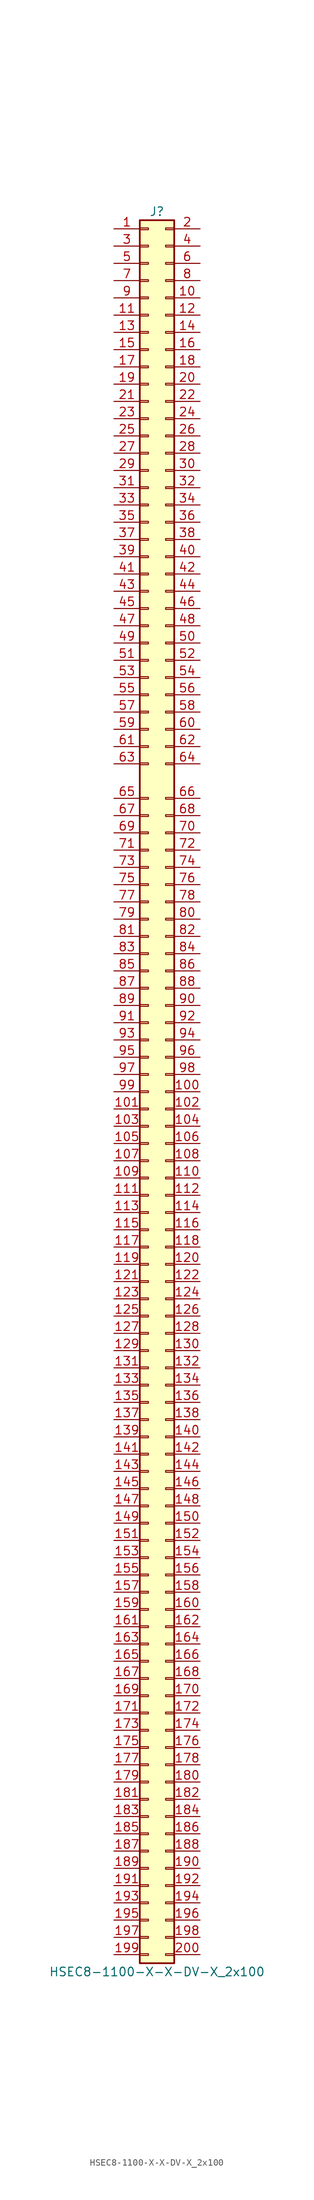
<source format=kicad_sym>
(kicad_symbol_lib
  (version 20231120)
  (generator "kicad_symbol_editor")
  (generator_version "8.0")
  (symbol "HSEC8-1100-X-X-DV-X_2x100"
    (pin_names
      (offset 1.016) hide)
    (property "Reference" "J"
      (at 1.27 129.54 0)
      (effects (font (size 1.27 1.27))))
    (property "Value" "HSEC8-1100-X-X-DV-X_2x100"
      (at 1.27 -129.54 0)
      (effects (font (size 1.27 1.27))))
    (property "ki_locked" ""
      (at 0 0 0)
      (effects (font (size 1.27 1.27))))
    (symbol "HSEC8-1100-X-X-DV-X_2x100_1_1"
      (rectangle (start -1.27 -126.873) (end 0 -127.127) (stroke (width 0.152) (type default)) (fill (type none)))
      (rectangle (start -1.27 -124.333) (end 0 -124.587) (stroke (width 0.152) (type default)) (fill (type none)))
      (rectangle (start -1.27 -121.793) (end 0 -122.047) (stroke (width 0.152) (type default)) (fill (type none)))
      (rectangle (start -1.27 -119.253) (end 0 -119.507) (stroke (width 0.152) (type default)) (fill (type none)))
      (rectangle (start -1.27 -116.713) (end 0 -116.967) (stroke (width 0.152) (type default)) (fill (type none)))
      (rectangle (start -1.27 -114.173) (end 0 -114.427) (stroke (width 0.152) (type default)) (fill (type none)))
      (rectangle (start -1.27 -111.633) (end 0 -111.887) (stroke (width 0.152) (type default)) (fill (type none)))
      (rectangle (start -1.27 -109.093) (end 0 -109.347) (stroke (width 0.152) (type default)) (fill (type none)))
      (rectangle (start -1.27 -106.553) (end 0 -106.807) (stroke (width 0.152) (type default)) (fill (type none)))
      (rectangle (start -1.27 -104.013) (end 0 -104.267) (stroke (width 0.152) (type default)) (fill (type none)))
      (rectangle (start -1.27 -101.473) (end 0 -101.727) (stroke (width 0.152) (type default)) (fill (type none)))
      (rectangle (start -1.27 -98.933) (end 0 -99.187) (stroke (width 0.152) (type default)) (fill (type none)))
      (rectangle (start -1.27 -96.393) (end 0 -96.647) (stroke (width 0.152) (type default)) (fill (type none)))
      (rectangle (start -1.27 -93.853) (end 0 -94.107) (stroke (width 0.152) (type default)) (fill (type none)))
      (rectangle (start -1.27 -91.313) (end 0 -91.567) (stroke (width 0.152) (type default)) (fill (type none)))
      (rectangle (start -1.27 -88.773) (end 0 -89.027) (stroke (width 0.152) (type default)) (fill (type none)))
      (rectangle (start -1.27 -86.233) (end 0 -86.487) (stroke (width 0.152) (type default)) (fill (type none)))
      (rectangle (start -1.27 -83.693) (end 0 -83.947) (stroke (width 0.152) (type default)) (fill (type none)))
      (rectangle (start -1.27 -81.153) (end 0 -81.407) (stroke (width 0.152) (type default)) (fill (type none)))
      (rectangle (start -1.27 -78.613) (end 0 -78.867) (stroke (width 0.152) (type default)) (fill (type none)))
      (rectangle (start -1.27 -76.073) (end 0 -76.327) (stroke (width 0.152) (type default)) (fill (type none)))
      (rectangle (start -1.27 -73.533) (end 0 -73.787) (stroke (width 0.152) (type default)) (fill (type none)))
      (rectangle (start -1.27 -70.993) (end 0 -71.247) (stroke (width 0.152) (type default)) (fill (type none)))
      (rectangle (start -1.27 -68.453) (end 0 -68.707) (stroke (width 0.152) (type default)) (fill (type none)))
      (rectangle (start -1.27 -65.913) (end 0 -66.167) (stroke (width 0.152) (type default)) (fill (type none)))
      (rectangle (start -1.27 -63.373) (end 0 -63.627) (stroke (width 0.152) (type default)) (fill (type none)))
      (rectangle (start -1.27 -60.833) (end 0 -61.087) (stroke (width 0.152) (type default)) (fill (type none)))
      (rectangle (start -1.27 -58.293) (end 0 -58.547) (stroke (width 0.152) (type default)) (fill (type none)))
      (rectangle (start -1.27 -55.753) (end 0 -56.007) (stroke (width 0.152) (type default)) (fill (type none)))
      (rectangle (start -1.27 -53.213) (end 0 -53.467) (stroke (width 0.152) (type default)) (fill (type none)))
      (rectangle (start -1.27 -50.673) (end 0 -50.927) (stroke (width 0.152) (type default)) (fill (type none)))
      (rectangle (start -1.27 -48.133) (end 0 -48.387) (stroke (width 0.152) (type default)) (fill (type none)))
      (rectangle (start -1.27 -45.593) (end 0 -45.847) (stroke (width 0.152) (type default)) (fill (type none)))
      (rectangle (start -1.27 -43.053) (end 0 -43.307) (stroke (width 0.152) (type default)) (fill (type none)))
      (rectangle (start -1.27 -40.513) (end 0 -40.767) (stroke (width 0.152) (type default)) (fill (type none)))
      (rectangle (start -1.27 -37.973) (end 0 -38.227) (stroke (width 0.152) (type default)) (fill (type none)))
      (rectangle (start -1.27 -35.433) (end 0 -35.687) (stroke (width 0.152) (type default)) (fill (type none)))
      (rectangle (start -1.27 -32.893) (end 0 -33.147) (stroke (width 0.152) (type default)) (fill (type none)))
      (rectangle (start -1.27 -30.353) (end 0 -30.607) (stroke (width 0.152) (type default)) (fill (type none)))
      (rectangle (start -1.27 -27.813) (end 0 -28.067) (stroke (width 0.152) (type default)) (fill (type none)))
      (rectangle (start -1.27 -25.273) (end 0 -25.527) (stroke (width 0.152) (type default)) (fill (type none)))
      (rectangle (start -1.27 -22.733) (end 0 -22.987) (stroke (width 0.152) (type default)) (fill (type none)))
      (rectangle (start -1.27 -20.193) (end 0 -20.447) (stroke (width 0.152) (type default)) (fill (type none)))
      (rectangle (start -1.27 -17.653) (end 0 -17.907) (stroke (width 0.152) (type default)) (fill (type none)))
      (rectangle (start -1.27 -15.113) (end 0 -15.367) (stroke (width 0.152) (type default)) (fill (type none)))
      (rectangle (start -1.27 -12.573) (end 0 -12.827) (stroke (width 0.152) (type default)) (fill (type none)))
      (rectangle (start -1.27 -10.033) (end 0 -10.287) (stroke (width 0.152) (type default)) (fill (type none)))
      (rectangle (start -1.27 -7.493) (end 0 -7.747) (stroke (width 0.152) (type default)) (fill (type none)))
      (rectangle (start -1.27 -4.953) (end 0 -5.207) (stroke (width 0.152) (type default)) (fill (type none)))
      (rectangle (start -1.27 -2.413) (end 0 -2.667) (stroke (width 0.152) (type default)) (fill (type none)))
      (rectangle (start -1.27 0.127) (end 0 -0.127) (stroke (width 0.152) (type default)) (fill (type none)))
      (rectangle (start -1.27 2.667) (end 0 2.413) (stroke (width 0.152) (type default)) (fill (type none)))
      (rectangle (start -1.27 5.207) (end 0 4.953) (stroke (width 0.152) (type default)) (fill (type none)))
      (rectangle (start -1.27 7.747) (end 0 7.493) (stroke (width 0.152) (type default)) (fill (type none)))
      (rectangle (start -1.27 10.287) (end 0 10.033) (stroke (width 0.152) (type default)) (fill (type none)))
      (rectangle (start -1.27 12.827) (end 0 12.573) (stroke (width 0.152) (type default)) (fill (type none)))
      (rectangle (start -1.27 15.367) (end 0 15.113) (stroke (width 0.152) (type default)) (fill (type none)))
      (rectangle (start -1.27 17.907) (end 0 17.653) (stroke (width 0.152) (type default)) (fill (type none)))
      (rectangle (start -1.27 20.447) (end 0 20.193) (stroke (width 0.152) (type default)) (fill (type none)))
      (rectangle (start -1.27 22.987) (end 0 22.733) (stroke (width 0.152) (type default)) (fill (type none)))
      (rectangle (start -1.27 25.527) (end 0 25.273) (stroke (width 0.152) (type default)) (fill (type none)))
      (rectangle (start -1.27 28.067) (end 0 27.813) (stroke (width 0.152) (type default)) (fill (type none)))
      (rectangle (start -1.27 30.607) (end 0 30.353) (stroke (width 0.152) (type default)) (fill (type none)))
      (rectangle (start -1.27 33.147) (end 0 32.893) (stroke (width 0.152) (type default)) (fill (type none)))
      (rectangle (start -1.27 35.687) (end 0 35.433) (stroke (width 0.152) (type default)) (fill (type none)))
      (rectangle (start -1.27 38.227) (end 0 37.973) (stroke (width 0.152) (type default)) (fill (type none)))
      (rectangle (start -1.27 40.767) (end 0 40.513) (stroke (width 0.152) (type default)) (fill (type none)))
      (rectangle (start -1.27 43.307) (end 0 43.053) (stroke (width 0.152) (type default)) (fill (type none)))
      (rectangle (start -1.27 48.387) (end 0 48.133) (stroke (width 0.152) (type default)) (fill (type none)))
      (rectangle (start -1.27 50.927) (end 0 50.673) (stroke (width 0.152) (type default)) (fill (type none)))
      (rectangle (start -1.27 53.467) (end 0 53.213) (stroke (width 0.152) (type default)) (fill (type none)))
      (rectangle (start -1.27 56.007) (end 0 55.753) (stroke (width 0.152) (type default)) (fill (type none)))
      (rectangle (start -1.27 58.547) (end 0 58.293) (stroke (width 0.152) (type default)) (fill (type none)))
      (rectangle (start -1.27 61.087) (end 0 60.833) (stroke (width 0.152) (type default)) (fill (type none)))
      (rectangle (start -1.27 63.627) (end 0 63.373) (stroke (width 0.152) (type default)) (fill (type none)))
      (rectangle (start -1.27 66.167) (end 0 65.913) (stroke (width 0.152) (type default)) (fill (type none)))
      (rectangle (start -1.27 68.707) (end 0 68.453) (stroke (width 0.152) (type default)) (fill (type none)))
      (rectangle (start -1.27 71.247) (end 0 70.993) (stroke (width 0.152) (type default)) (fill (type none)))
      (rectangle (start -1.27 73.787) (end 0 73.533) (stroke (width 0.152) (type default)) (fill (type none)))
      (rectangle (start -1.27 76.327) (end 0 76.073) (stroke (width 0.152) (type default)) (fill (type none)))
      (rectangle (start -1.27 78.867) (end 0 78.613) (stroke (width 0.152) (type default)) (fill (type none)))
      (rectangle (start -1.27 81.407) (end 0 81.153) (stroke (width 0.152) (type default)) (fill (type none)))
      (rectangle (start -1.27 83.947) (end 0 83.693) (stroke (width 0.152) (type default)) (fill (type none)))
      (rectangle (start -1.27 86.487) (end 0 86.233) (stroke (width 0.152) (type default)) (fill (type none)))
      (rectangle (start -1.27 89.027) (end 0 88.773) (stroke (width 0.152) (type default)) (fill (type none)))
      (rectangle (start -1.27 91.567) (end 0 91.313) (stroke (width 0.152) (type default)) (fill (type none)))
      (rectangle (start -1.27 94.107) (end 0 93.853) (stroke (width 0.152) (type default)) (fill (type none)))
      (rectangle (start -1.27 96.647) (end 0 96.393) (stroke (width 0.152) (type default)) (fill (type none)))
      (rectangle (start -1.27 99.187) (end 0 98.933) (stroke (width 0.152) (type default)) (fill (type none)))
      (rectangle (start -1.27 101.727) (end 0 101.473) (stroke (width 0.152) (type default)) (fill (type none)))
      (rectangle (start -1.27 104.267) (end 0 104.013) (stroke (width 0.152) (type default)) (fill (type none)))
      (rectangle (start -1.27 106.807) (end 0 106.553) (stroke (width 0.152) (type default)) (fill (type none)))
      (rectangle (start -1.27 109.347) (end 0 109.093) (stroke (width 0.152) (type default)) (fill (type none)))
      (rectangle (start -1.27 111.887) (end 0 111.633) (stroke (width 0.152) (type default)) (fill (type none)))
      (rectangle (start -1.27 114.427) (end 0 114.173) (stroke (width 0.152) (type default)) (fill (type none)))
      (rectangle (start -1.27 116.967) (end 0 116.713) (stroke (width 0.152) (type default)) (fill (type none)))
      (rectangle (start -1.27 119.507) (end 0 119.253) (stroke (width 0.152) (type default)) (fill (type none)))
      (rectangle (start -1.27 122.047) (end 0 121.793) (stroke (width 0.152) (type default)) (fill (type none)))
      (rectangle (start -1.27 124.587) (end 0 124.333) (stroke (width 0.152) (type default)) (fill (type none)))
      (rectangle (start -1.27 127.127) (end 0 126.873) (stroke (width 0.152) (type default)) (fill (type none)))
      (rectangle (start -1.27 128.27) (end 3.81 -128.27) (stroke (width 0.254) (type default)) (fill (type background)))
      (rectangle (start 3.81 -126.873) (end 2.54 -127.127) (stroke (width 0.152) (type default)) (fill (type none)))
      (rectangle (start 3.81 -124.333) (end 2.54 -124.587) (stroke (width 0.152) (type default)) (fill (type none)))
      (rectangle (start 3.81 -121.793) (end 2.54 -122.047) (stroke (width 0.152) (type default)) (fill (type none)))
      (rectangle (start 3.81 -119.253) (end 2.54 -119.507) (stroke (width 0.152) (type default)) (fill (type none)))
      (rectangle (start 3.81 -116.713) (end 2.54 -116.967) (stroke (width 0.152) (type default)) (fill (type none)))
      (rectangle (start 3.81 -114.173) (end 2.54 -114.427) (stroke (width 0.152) (type default)) (fill (type none)))
      (rectangle (start 3.81 -111.633) (end 2.54 -111.887) (stroke (width 0.152) (type default)) (fill (type none)))
      (rectangle (start 3.81 -109.093) (end 2.54 -109.347) (stroke (width 0.152) (type default)) (fill (type none)))
      (rectangle (start 3.81 -106.553) (end 2.54 -106.807) (stroke (width 0.152) (type default)) (fill (type none)))
      (rectangle (start 3.81 -104.013) (end 2.54 -104.267) (stroke (width 0.152) (type default)) (fill (type none)))
      (rectangle (start 3.81 -101.473) (end 2.54 -101.727) (stroke (width 0.152) (type default)) (fill (type none)))
      (rectangle (start 3.81 -98.933) (end 2.54 -99.187) (stroke (width 0.152) (type default)) (fill (type none)))
      (rectangle (start 3.81 -96.393) (end 2.54 -96.647) (stroke (width 0.152) (type default)) (fill (type none)))
      (rectangle (start 3.81 -93.853) (end 2.54 -94.107) (stroke (width 0.152) (type default)) (fill (type none)))
      (rectangle (start 3.81 -91.313) (end 2.54 -91.567) (stroke (width 0.152) (type default)) (fill (type none)))
      (rectangle (start 3.81 -88.773) (end 2.54 -89.027) (stroke (width 0.152) (type default)) (fill (type none)))
      (rectangle (start 3.81 -86.233) (end 2.54 -86.487) (stroke (width 0.152) (type default)) (fill (type none)))
      (rectangle (start 3.81 -83.693) (end 2.54 -83.947) (stroke (width 0.152) (type default)) (fill (type none)))
      (rectangle (start 3.81 -81.153) (end 2.54 -81.407) (stroke (width 0.152) (type default)) (fill (type none)))
      (rectangle (start 3.81 -78.613) (end 2.54 -78.867) (stroke (width 0.152) (type default)) (fill (type none)))
      (rectangle (start 3.81 -76.073) (end 2.54 -76.327) (stroke (width 0.152) (type default)) (fill (type none)))
      (rectangle (start 3.81 -73.533) (end 2.54 -73.787) (stroke (width 0.152) (type default)) (fill (type none)))
      (rectangle (start 3.81 -70.993) (end 2.54 -71.247) (stroke (width 0.152) (type default)) (fill (type none)))
      (rectangle (start 3.81 -68.453) (end 2.54 -68.707) (stroke (width 0.152) (type default)) (fill (type none)))
      (rectangle (start 3.81 -65.913) (end 2.54 -66.167) (stroke (width 0.152) (type default)) (fill (type none)))
      (rectangle (start 3.81 -63.373) (end 2.54 -63.627) (stroke (width 0.152) (type default)) (fill (type none)))
      (rectangle (start 3.81 -60.833) (end 2.54 -61.087) (stroke (width 0.152) (type default)) (fill (type none)))
      (rectangle (start 3.81 -58.293) (end 2.54 -58.547) (stroke (width 0.152) (type default)) (fill (type none)))
      (rectangle (start 3.81 -55.753) (end 2.54 -56.007) (stroke (width 0.152) (type default)) (fill (type none)))
      (rectangle (start 3.81 -53.213) (end 2.54 -53.467) (stroke (width 0.152) (type default)) (fill (type none)))
      (rectangle (start 3.81 -50.673) (end 2.54 -50.927) (stroke (width 0.152) (type default)) (fill (type none)))
      (rectangle (start 3.81 -48.133) (end 2.54 -48.387) (stroke (width 0.152) (type default)) (fill (type none)))
      (rectangle (start 3.81 -45.593) (end 2.54 -45.847) (stroke (width 0.152) (type default)) (fill (type none)))
      (rectangle (start 3.81 -43.053) (end 2.54 -43.307) (stroke (width 0.152) (type default)) (fill (type none)))
      (rectangle (start 3.81 -40.513) (end 2.54 -40.767) (stroke (width 0.152) (type default)) (fill (type none)))
      (rectangle (start 3.81 -37.973) (end 2.54 -38.227) (stroke (width 0.152) (type default)) (fill (type none)))
      (rectangle (start 3.81 -35.433) (end 2.54 -35.687) (stroke (width 0.152) (type default)) (fill (type none)))
      (rectangle (start 3.81 -32.893) (end 2.54 -33.147) (stroke (width 0.152) (type default)) (fill (type none)))
      (rectangle (start 3.81 -30.353) (end 2.54 -30.607) (stroke (width 0.152) (type default)) (fill (type none)))
      (rectangle (start 3.81 -27.813) (end 2.54 -28.067) (stroke (width 0.152) (type default)) (fill (type none)))
      (rectangle (start 3.81 -25.273) (end 2.54 -25.527) (stroke (width 0.152) (type default)) (fill (type none)))
      (rectangle (start 3.81 -22.733) (end 2.54 -22.987) (stroke (width 0.152) (type default)) (fill (type none)))
      (rectangle (start 3.81 -20.193) (end 2.54 -20.447) (stroke (width 0.152) (type default)) (fill (type none)))
      (rectangle (start 3.81 -17.653) (end 2.54 -17.907) (stroke (width 0.152) (type default)) (fill (type none)))
      (rectangle (start 3.81 -15.113) (end 2.54 -15.367) (stroke (width 0.152) (type default)) (fill (type none)))
      (rectangle (start 3.81 -12.573) (end 2.54 -12.827) (stroke (width 0.152) (type default)) (fill (type none)))
      (rectangle (start 3.81 -10.033) (end 2.54 -10.287) (stroke (width 0.152) (type default)) (fill (type none)))
      (rectangle (start 3.81 -7.493) (end 2.54 -7.747) (stroke (width 0.152) (type default)) (fill (type none)))
      (rectangle (start 3.81 -4.953) (end 2.54 -5.207) (stroke (width 0.152) (type default)) (fill (type none)))
      (rectangle (start 3.81 -2.413) (end 2.54 -2.667) (stroke (width 0.152) (type default)) (fill (type none)))
      (rectangle (start 3.81 0.127) (end 2.54 -0.127) (stroke (width 0.152) (type default)) (fill (type none)))
      (rectangle (start 3.81 2.667) (end 2.54 2.413) (stroke (width 0.152) (type default)) (fill (type none)))
      (rectangle (start 3.81 5.207) (end 2.54 4.953) (stroke (width 0.152) (type default)) (fill (type none)))
      (rectangle (start 3.81 7.747) (end 2.54 7.493) (stroke (width 0.152) (type default)) (fill (type none)))
      (rectangle (start 3.81 10.287) (end 2.54 10.033) (stroke (width 0.152) (type default)) (fill (type none)))
      (rectangle (start 3.81 12.827) (end 2.54 12.573) (stroke (width 0.152) (type default)) (fill (type none)))
      (rectangle (start 3.81 15.367) (end 2.54 15.113) (stroke (width 0.152) (type default)) (fill (type none)))
      (rectangle (start 3.81 17.907) (end 2.54 17.653) (stroke (width 0.152) (type default)) (fill (type none)))
      (rectangle (start 3.81 20.447) (end 2.54 20.193) (stroke (width 0.152) (type default)) (fill (type none)))
      (rectangle (start 3.81 22.987) (end 2.54 22.733) (stroke (width 0.152) (type default)) (fill (type none)))
      (rectangle (start 3.81 25.527) (end 2.54 25.273) (stroke (width 0.152) (type default)) (fill (type none)))
      (rectangle (start 3.81 28.067) (end 2.54 27.813) (stroke (width 0.152) (type default)) (fill (type none)))
      (rectangle (start 3.81 30.607) (end 2.54 30.353) (stroke (width 0.152) (type default)) (fill (type none)))
      (rectangle (start 3.81 33.147) (end 2.54 32.893) (stroke (width 0.152) (type default)) (fill (type none)))
      (rectangle (start 3.81 35.687) (end 2.54 35.433) (stroke (width 0.152) (type default)) (fill (type none)))
      (rectangle (start 3.81 38.227) (end 2.54 37.973) (stroke (width 0.152) (type default)) (fill (type none)))
      (rectangle (start 3.81 40.767) (end 2.54 40.513) (stroke (width 0.152) (type default)) (fill (type none)))
      (rectangle (start 3.81 43.307) (end 2.54 43.053) (stroke (width 0.152) (type default)) (fill (type none)))
      (rectangle (start 3.81 48.387) (end 2.54 48.133) (stroke (width 0.152) (type default)) (fill (type none)))
      (rectangle (start 3.81 50.927) (end 2.54 50.673) (stroke (width 0.152) (type default)) (fill (type none)))
      (rectangle (start 3.81 53.467) (end 2.54 53.213) (stroke (width 0.152) (type default)) (fill (type none)))
      (rectangle (start 3.81 56.007) (end 2.54 55.753) (stroke (width 0.152) (type default)) (fill (type none)))
      (rectangle (start 3.81 58.547) (end 2.54 58.293) (stroke (width 0.152) (type default)) (fill (type none)))
      (rectangle (start 3.81 61.087) (end 2.54 60.833) (stroke (width 0.152) (type default)) (fill (type none)))
      (rectangle (start 3.81 63.627) (end 2.54 63.373) (stroke (width 0.152) (type default)) (fill (type none)))
      (rectangle (start 3.81 66.167) (end 2.54 65.913) (stroke (width 0.152) (type default)) (fill (type none)))
      (rectangle (start 3.81 68.707) (end 2.54 68.453) (stroke (width 0.152) (type default)) (fill (type none)))
      (rectangle (start 3.81 71.247) (end 2.54 70.993) (stroke (width 0.152) (type default)) (fill (type none)))
      (rectangle (start 3.81 73.787) (end 2.54 73.533) (stroke (width 0.152) (type default)) (fill (type none)))
      (rectangle (start 3.81 76.327) (end 2.54 76.073) (stroke (width 0.152) (type default)) (fill (type none)))
      (rectangle (start 3.81 78.867) (end 2.54 78.613) (stroke (width 0.152) (type default)) (fill (type none)))
      (rectangle (start 3.81 81.407) (end 2.54 81.153) (stroke (width 0.152) (type default)) (fill (type none)))
      (rectangle (start 3.81 83.947) (end 2.54 83.693) (stroke (width 0.152) (type default)) (fill (type none)))
      (rectangle (start 3.81 86.487) (end 2.54 86.233) (stroke (width 0.152) (type default)) (fill (type none)))
      (rectangle (start 3.81 89.027) (end 2.54 88.773) (stroke (width 0.152) (type default)) (fill (type none)))
      (rectangle (start 3.81 91.567) (end 2.54 91.313) (stroke (width 0.152) (type default)) (fill (type none)))
      (rectangle (start 3.81 94.107) (end 2.54 93.853) (stroke (width 0.152) (type default)) (fill (type none)))
      (rectangle (start 3.81 96.647) (end 2.54 96.393) (stroke (width 0.152) (type default)) (fill (type none)))
      (rectangle (start 3.81 99.187) (end 2.54 98.933) (stroke (width 0.152) (type default)) (fill (type none)))
      (rectangle (start 3.81 101.727) (end 2.54 101.473) (stroke (width 0.152) (type default)) (fill (type none)))
      (rectangle (start 3.81 104.267) (end 2.54 104.013) (stroke (width 0.152) (type default)) (fill (type none)))
      (rectangle (start 3.81 106.807) (end 2.54 106.553) (stroke (width 0.152) (type default)) (fill (type none)))
      (rectangle (start 3.81 109.347) (end 2.54 109.093) (stroke (width 0.152) (type default)) (fill (type none)))
      (rectangle (start 3.81 111.887) (end 2.54 111.633) (stroke (width 0.152) (type default)) (fill (type none)))
      (rectangle (start 3.81 114.427) (end 2.54 114.173) (stroke (width 0.152) (type default)) (fill (type none)))
      (rectangle (start 3.81 116.967) (end 2.54 116.713) (stroke (width 0.152) (type default)) (fill (type none)))
      (rectangle (start 3.81 119.507) (end 2.54 119.253) (stroke (width 0.152) (type default)) (fill (type none)))
      (rectangle (start 3.81 122.047) (end 2.54 121.793) (stroke (width 0.152) (type default)) (fill (type none)))
      (rectangle (start 3.81 124.587) (end 2.54 124.333) (stroke (width 0.152) (type default)) (fill (type none)))
      (rectangle (start 3.81 127.127) (end 2.54 126.873) (stroke (width 0.152) (type default)) (fill (type none)))
      (pin passive line (at -5.08 127 0) (length 3.81) (name "Pin_1" (effects (font (size 1.27 1.27)))) (number "1" (effects (font (size 1.27 1.27)))))
      (pin passive line (at 7.62 116.84 180) (length 3.81) (name "Pin_10" (effects (font (size 1.27 1.27)))) (number "10" (effects (font (size 1.27 1.27)))))
      (pin passive line (at 7.62 0 180) (length 3.81) (name "Pin_100" (effects (font (size 1.27 1.27)))) (number "100" (effects (font (size 1.27 1.27)))))
      (pin passive line (at -5.08 -2.54 0) (length 3.81) (name "Pin_101" (effects (font (size 1.27 1.27)))) (number "101" (effects (font (size 1.27 1.27)))))
      (pin passive line (at 7.62 -2.54 180) (length 3.81) (name "Pin_102" (effects (font (size 1.27 1.27)))) (number "102" (effects (font (size 1.27 1.27)))))
      (pin passive line (at -5.08 -5.08 0) (length 3.81) (name "Pin_103" (effects (font (size 1.27 1.27)))) (number "103" (effects (font (size 1.27 1.27)))))
      (pin passive line (at 7.62 -5.08 180) (length 3.81) (name "Pin_104" (effects (font (size 1.27 1.27)))) (number "104" (effects (font (size 1.27 1.27)))))
      (pin passive line (at -5.08 -7.62 0) (length 3.81) (name "Pin_105" (effects (font (size 1.27 1.27)))) (number "105" (effects (font (size 1.27 1.27)))))
      (pin passive line (at 7.62 -7.62 180) (length 3.81) (name "Pin_106" (effects (font (size 1.27 1.27)))) (number "106" (effects (font (size 1.27 1.27)))))
      (pin passive line (at -5.08 -10.16 0) (length 3.81) (name "Pin_107" (effects (font (size 1.27 1.27)))) (number "107" (effects (font (size 1.27 1.27)))))
      (pin passive line (at 7.62 -10.16 180) (length 3.81) (name "Pin_108" (effects (font (size 1.27 1.27)))) (number "108" (effects (font (size 1.27 1.27)))))
      (pin passive line (at -5.08 -12.7 0) (length 3.81) (name "Pin_109" (effects (font (size 1.27 1.27)))) (number "109" (effects (font (size 1.27 1.27)))))
      (pin passive line (at -5.08 114.3 0) (length 3.81) (name "Pin_11" (effects (font (size 1.27 1.27)))) (number "11" (effects (font (size 1.27 1.27)))))
      (pin passive line (at 7.62 -12.7 180) (length 3.81) (name "Pin_110" (effects (font (size 1.27 1.27)))) (number "110" (effects (font (size 1.27 1.27)))))
      (pin passive line (at -5.08 -15.24 0) (length 3.81) (name "Pin_111" (effects (font (size 1.27 1.27)))) (number "111" (effects (font (size 1.27 1.27)))))
      (pin passive line (at 7.62 -15.24 180) (length 3.81) (name "Pin_112" (effects (font (size 1.27 1.27)))) (number "112" (effects (font (size 1.27 1.27)))))
      (pin passive line (at -5.08 -17.78 0) (length 3.81) (name "Pin_113" (effects (font (size 1.27 1.27)))) (number "113" (effects (font (size 1.27 1.27)))))
      (pin passive line (at 7.62 -17.78 180) (length 3.81) (name "Pin_114" (effects (font (size 1.27 1.27)))) (number "114" (effects (font (size 1.27 1.27)))))
      (pin passive line (at -5.08 -20.32 0) (length 3.81) (name "Pin_115" (effects (font (size 1.27 1.27)))) (number "115" (effects (font (size 1.27 1.27)))))
      (pin passive line (at 7.62 -20.32 180) (length 3.81) (name "Pin_116" (effects (font (size 1.27 1.27)))) (number "116" (effects (font (size 1.27 1.27)))))
      (pin passive line (at -5.08 -22.86 0) (length 3.81) (name "Pin_117" (effects (font (size 1.27 1.27)))) (number "117" (effects (font (size 1.27 1.27)))))
      (pin passive line (at 7.62 -22.86 180) (length 3.81) (name "Pin_118" (effects (font (size 1.27 1.27)))) (number "118" (effects (font (size 1.27 1.27)))))
      (pin passive line (at -5.08 -25.4 0) (length 3.81) (name "Pin_119" (effects (font (size 1.27 1.27)))) (number "119" (effects (font (size 1.27 1.27)))))
      (pin passive line (at 7.62 114.3 180) (length 3.81) (name "Pin_12" (effects (font (size 1.27 1.27)))) (number "12" (effects (font (size 1.27 1.27)))))
      (pin passive line (at 7.62 -25.4 180) (length 3.81) (name "Pin_120" (effects (font (size 1.27 1.27)))) (number "120" (effects (font (size 1.27 1.27)))))
      (pin passive line (at -5.08 -27.94 0) (length 3.81) (name "Pin_121" (effects (font (size 1.27 1.27)))) (number "121" (effects (font (size 1.27 1.27)))))
      (pin passive line (at 7.62 -27.94 180) (length 3.81) (name "Pin_122" (effects (font (size 1.27 1.27)))) (number "122" (effects (font (size 1.27 1.27)))))
      (pin passive line (at -5.08 -30.48 0) (length 3.81) (name "Pin_123" (effects (font (size 1.27 1.27)))) (number "123" (effects (font (size 1.27 1.27)))))
      (pin passive line (at 7.62 -30.48 180) (length 3.81) (name "Pin_124" (effects (font (size 1.27 1.27)))) (number "124" (effects (font (size 1.27 1.27)))))
      (pin passive line (at -5.08 -33.02 0) (length 3.81) (name "Pin_125" (effects (font (size 1.27 1.27)))) (number "125" (effects (font (size 1.27 1.27)))))
      (pin passive line (at 7.62 -33.02 180) (length 3.81) (name "Pin_126" (effects (font (size 1.27 1.27)))) (number "126" (effects (font (size 1.27 1.27)))))
      (pin passive line (at -5.08 -35.56 0) (length 3.81) (name "Pin_127" (effects (font (size 1.27 1.27)))) (number "127" (effects (font (size 1.27 1.27)))))
      (pin passive line (at 7.62 -35.56 180) (length 3.81) (name "Pin_128" (effects (font (size 1.27 1.27)))) (number "128" (effects (font (size 1.27 1.27)))))
      (pin passive line (at -5.08 -38.1 0) (length 3.81) (name "Pin_129" (effects (font (size 1.27 1.27)))) (number "129" (effects (font (size 1.27 1.27)))))
      (pin passive line (at -5.08 111.76 0) (length 3.81) (name "Pin_13" (effects (font (size 1.27 1.27)))) (number "13" (effects (font (size 1.27 1.27)))))
      (pin passive line (at 7.62 -38.1 180) (length 3.81) (name "Pin_130" (effects (font (size 1.27 1.27)))) (number "130" (effects (font (size 1.27 1.27)))))
      (pin passive line (at -5.08 -40.64 0) (length 3.81) (name "Pin_131" (effects (font (size 1.27 1.27)))) (number "131" (effects (font (size 1.27 1.27)))))
      (pin passive line (at 7.62 -40.64 180) (length 3.81) (name "Pin_132" (effects (font (size 1.27 1.27)))) (number "132" (effects (font (size 1.27 1.27)))))
      (pin passive line (at -5.08 -43.18 0) (length 3.81) (name "Pin_133" (effects (font (size 1.27 1.27)))) (number "133" (effects (font (size 1.27 1.27)))))
      (pin passive line (at 7.62 -43.18 180) (length 3.81) (name "Pin_134" (effects (font (size 1.27 1.27)))) (number "134" (effects (font (size 1.27 1.27)))))
      (pin passive line (at -5.08 -45.72 0) (length 3.81) (name "Pin_135" (effects (font (size 1.27 1.27)))) (number "135" (effects (font (size 1.27 1.27)))))
      (pin passive line (at 7.62 -45.72 180) (length 3.81) (name "Pin_136" (effects (font (size 1.27 1.27)))) (number "136" (effects (font (size 1.27 1.27)))))
      (pin passive line (at -5.08 -48.26 0) (length 3.81) (name "Pin_137" (effects (font (size 1.27 1.27)))) (number "137" (effects (font (size 1.27 1.27)))))
      (pin passive line (at 7.62 -48.26 180) (length 3.81) (name "Pin_138" (effects (font (size 1.27 1.27)))) (number "138" (effects (font (size 1.27 1.27)))))
      (pin passive line (at -5.08 -50.8 0) (length 3.81) (name "Pin_139" (effects (font (size 1.27 1.27)))) (number "139" (effects (font (size 1.27 1.27)))))
      (pin passive line (at 7.62 111.76 180) (length 3.81) (name "Pin_14" (effects (font (size 1.27 1.27)))) (number "14" (effects (font (size 1.27 1.27)))))
      (pin passive line (at 7.62 -50.8 180) (length 3.81) (name "Pin_140" (effects (font (size 1.27 1.27)))) (number "140" (effects (font (size 1.27 1.27)))))
      (pin passive line (at -5.08 -53.34 0) (length 3.81) (name "Pin_141" (effects (font (size 1.27 1.27)))) (number "141" (effects (font (size 1.27 1.27)))))
      (pin passive line (at 7.62 -53.34 180) (length 3.81) (name "Pin_142" (effects (font (size 1.27 1.27)))) (number "142" (effects (font (size 1.27 1.27)))))
      (pin passive line (at -5.08 -55.88 0) (length 3.81) (name "Pin_143" (effects (font (size 1.27 1.27)))) (number "143" (effects (font (size 1.27 1.27)))))
      (pin passive line (at 7.62 -55.88 180) (length 3.81) (name "Pin_144" (effects (font (size 1.27 1.27)))) (number "144" (effects (font (size 1.27 1.27)))))
      (pin passive line (at -5.08 -58.42 0) (length 3.81) (name "Pin_145" (effects (font (size 1.27 1.27)))) (number "145" (effects (font (size 1.27 1.27)))))
      (pin passive line (at 7.62 -58.42 180) (length 3.81) (name "Pin_146" (effects (font (size 1.27 1.27)))) (number "146" (effects (font (size 1.27 1.27)))))
      (pin passive line (at -5.08 -60.96 0) (length 3.81) (name "Pin_147" (effects (font (size 1.27 1.27)))) (number "147" (effects (font (size 1.27 1.27)))))
      (pin passive line (at 7.62 -60.96 180) (length 3.81) (name "Pin_148" (effects (font (size 1.27 1.27)))) (number "148" (effects (font (size 1.27 1.27)))))
      (pin passive line (at -5.08 -63.5 0) (length 3.81) (name "Pin_149" (effects (font (size 1.27 1.27)))) (number "149" (effects (font (size 1.27 1.27)))))
      (pin passive line (at -5.08 109.22 0) (length 3.81) (name "Pin_15" (effects (font (size 1.27 1.27)))) (number "15" (effects (font (size 1.27 1.27)))))
      (pin passive line (at 7.62 -63.5 180) (length 3.81) (name "Pin_150" (effects (font (size 1.27 1.27)))) (number "150" (effects (font (size 1.27 1.27)))))
      (pin passive line (at -5.08 -66.04 0) (length 3.81) (name "Pin_151" (effects (font (size 1.27 1.27)))) (number "151" (effects (font (size 1.27 1.27)))))
      (pin passive line (at 7.62 -66.04 180) (length 3.81) (name "Pin_152" (effects (font (size 1.27 1.27)))) (number "152" (effects (font (size 1.27 1.27)))))
      (pin passive line (at -5.08 -68.58 0) (length 3.81) (name "Pin_153" (effects (font (size 1.27 1.27)))) (number "153" (effects (font (size 1.27 1.27)))))
      (pin passive line (at 7.62 -68.58 180) (length 3.81) (name "Pin_154" (effects (font (size 1.27 1.27)))) (number "154" (effects (font (size 1.27 1.27)))))
      (pin passive line (at -5.08 -71.12 0) (length 3.81) (name "Pin_155" (effects (font (size 1.27 1.27)))) (number "155" (effects (font (size 1.27 1.27)))))
      (pin passive line (at 7.62 -71.12 180) (length 3.81) (name "Pin_156" (effects (font (size 1.27 1.27)))) (number "156" (effects (font (size 1.27 1.27)))))
      (pin passive line (at -5.08 -73.66 0) (length 3.81) (name "Pin_157" (effects (font (size 1.27 1.27)))) (number "157" (effects (font (size 1.27 1.27)))))
      (pin passive line (at 7.62 -73.66 180) (length 3.81) (name "Pin_158" (effects (font (size 1.27 1.27)))) (number "158" (effects (font (size 1.27 1.27)))))
      (pin passive line (at -5.08 -76.2 0) (length 3.81) (name "Pin_159" (effects (font (size 1.27 1.27)))) (number "159" (effects (font (size 1.27 1.27)))))
      (pin passive line (at 7.62 109.22 180) (length 3.81) (name "Pin_16" (effects (font (size 1.27 1.27)))) (number "16" (effects (font (size 1.27 1.27)))))
      (pin passive line (at 7.62 -76.2 180) (length 3.81) (name "Pin_160" (effects (font (size 1.27 1.27)))) (number "160" (effects (font (size 1.27 1.27)))))
      (pin passive line (at -5.08 -78.74 0) (length 3.81) (name "Pin_161" (effects (font (size 1.27 1.27)))) (number "161" (effects (font (size 1.27 1.27)))))
      (pin passive line (at 7.62 -78.74 180) (length 3.81) (name "Pin_162" (effects (font (size 1.27 1.27)))) (number "162" (effects (font (size 1.27 1.27)))))
      (pin passive line (at -5.08 -81.28 0) (length 3.81) (name "Pin_163" (effects (font (size 1.27 1.27)))) (number "163" (effects (font (size 1.27 1.27)))))
      (pin passive line (at 7.62 -81.28 180) (length 3.81) (name "Pin_164" (effects (font (size 1.27 1.27)))) (number "164" (effects (font (size 1.27 1.27)))))
      (pin passive line (at -5.08 -83.82 0) (length 3.81) (name "Pin_165" (effects (font (size 1.27 1.27)))) (number "165" (effects (font (size 1.27 1.27)))))
      (pin passive line (at 7.62 -83.82 180) (length 3.81) (name "Pin_166" (effects (font (size 1.27 1.27)))) (number "166" (effects (font (size 1.27 1.27)))))
      (pin passive line (at -5.08 -86.36 0) (length 3.81) (name "Pin_167" (effects (font (size 1.27 1.27)))) (number "167" (effects (font (size 1.27 1.27)))))
      (pin passive line (at 7.62 -86.36 180) (length 3.81) (name "Pin_168" (effects (font (size 1.27 1.27)))) (number "168" (effects (font (size 1.27 1.27)))))
      (pin passive line (at -5.08 -88.9 0) (length 3.81) (name "Pin_169" (effects (font (size 1.27 1.27)))) (number "169" (effects (font (size 1.27 1.27)))))
      (pin passive line (at -5.08 106.68 0) (length 3.81) (name "Pin_17" (effects (font (size 1.27 1.27)))) (number "17" (effects (font (size 1.27 1.27)))))
      (pin passive line (at 7.62 -88.9 180) (length 3.81) (name "Pin_170" (effects (font (size 1.27 1.27)))) (number "170" (effects (font (size 1.27 1.27)))))
      (pin passive line (at -5.08 -91.44 0) (length 3.81) (name "Pin_171" (effects (font (size 1.27 1.27)))) (number "171" (effects (font (size 1.27 1.27)))))
      (pin passive line (at 7.62 -91.44 180) (length 3.81) (name "Pin_172" (effects (font (size 1.27 1.27)))) (number "172" (effects (font (size 1.27 1.27)))))
      (pin passive line (at -5.08 -93.98 0) (length 3.81) (name "Pin_173" (effects (font (size 1.27 1.27)))) (number "173" (effects (font (size 1.27 1.27)))))
      (pin passive line (at 7.62 -93.98 180) (length 3.81) (name "Pin_174" (effects (font (size 1.27 1.27)))) (number "174" (effects (font (size 1.27 1.27)))))
      (pin passive line (at -5.08 -96.52 0) (length 3.81) (name "Pin_175" (effects (font (size 1.27 1.27)))) (number "175" (effects (font (size 1.27 1.27)))))
      (pin passive line (at 7.62 -96.52 180) (length 3.81) (name "Pin_176" (effects (font (size 1.27 1.27)))) (number "176" (effects (font (size 1.27 1.27)))))
      (pin passive line (at -5.08 -99.06 0) (length 3.81) (name "Pin_177" (effects (font (size 1.27 1.27)))) (number "177" (effects (font (size 1.27 1.27)))))
      (pin passive line (at 7.62 -99.06 180) (length 3.81) (name "Pin_178" (effects (font (size 1.27 1.27)))) (number "178" (effects (font (size 1.27 1.27)))))
      (pin passive line (at -5.08 -101.6 0) (length 3.81) (name "Pin_179" (effects (font (size 1.27 1.27)))) (number "179" (effects (font (size 1.27 1.27)))))
      (pin passive line (at 7.62 106.68 180) (length 3.81) (name "Pin_18" (effects (font (size 1.27 1.27)))) (number "18" (effects (font (size 1.27 1.27)))))
      (pin passive line (at 7.62 -101.6 180) (length 3.81) (name "Pin_180" (effects (font (size 1.27 1.27)))) (number "180" (effects (font (size 1.27 1.27)))))
      (pin passive line (at -5.08 -104.14 0) (length 3.81) (name "Pin_181" (effects (font (size 1.27 1.27)))) (number "181" (effects (font (size 1.27 1.27)))))
      (pin passive line (at 7.62 -104.14 180) (length 3.81) (name "Pin_182" (effects (font (size 1.27 1.27)))) (number "182" (effects (font (size 1.27 1.27)))))
      (pin passive line (at -5.08 -106.68 0) (length 3.81) (name "Pin_183" (effects (font (size 1.27 1.27)))) (number "183" (effects (font (size 1.27 1.27)))))
      (pin passive line (at 7.62 -106.68 180) (length 3.81) (name "Pin_184" (effects (font (size 1.27 1.27)))) (number "184" (effects (font (size 1.27 1.27)))))
      (pin passive line (at -5.08 -109.22 0) (length 3.81) (name "Pin_185" (effects (font (size 1.27 1.27)))) (number "185" (effects (font (size 1.27 1.27)))))
      (pin passive line (at 7.62 -109.22 180) (length 3.81) (name "Pin_186" (effects (font (size 1.27 1.27)))) (number "186" (effects (font (size 1.27 1.27)))))
      (pin passive line (at -5.08 -111.76 0) (length 3.81) (name "Pin_187" (effects (font (size 1.27 1.27)))) (number "187" (effects (font (size 1.27 1.27)))))
      (pin passive line (at 7.62 -111.76 180) (length 3.81) (name "Pin_188" (effects (font (size 1.27 1.27)))) (number "188" (effects (font (size 1.27 1.27)))))
      (pin passive line (at -5.08 -114.3 0) (length 3.81) (name "Pin_189" (effects (font (size 1.27 1.27)))) (number "189" (effects (font (size 1.27 1.27)))))
      (pin passive line (at -5.08 104.14 0) (length 3.81) (name "Pin_19" (effects (font (size 1.27 1.27)))) (number "19" (effects (font (size 1.27 1.27)))))
      (pin passive line (at 7.62 -114.3 180) (length 3.81) (name "Pin_190" (effects (font (size 1.27 1.27)))) (number "190" (effects (font (size 1.27 1.27)))))
      (pin passive line (at -5.08 -116.84 0) (length 3.81) (name "Pin_191" (effects (font (size 1.27 1.27)))) (number "191" (effects (font (size 1.27 1.27)))))
      (pin passive line (at 7.62 -116.84 180) (length 3.81) (name "Pin_192" (effects (font (size 1.27 1.27)))) (number "192" (effects (font (size 1.27 1.27)))))
      (pin passive line (at -5.08 -119.38 0) (length 3.81) (name "Pin_193" (effects (font (size 1.27 1.27)))) (number "193" (effects (font (size 1.27 1.27)))))
      (pin passive line (at 7.62 -119.38 180) (length 3.81) (name "Pin_194" (effects (font (size 1.27 1.27)))) (number "194" (effects (font (size 1.27 1.27)))))
      (pin passive line (at -5.08 -121.92 0) (length 3.81) (name "Pin_195" (effects (font (size 1.27 1.27)))) (number "195" (effects (font (size 1.27 1.27)))))
      (pin passive line (at 7.62 -121.92 180) (length 3.81) (name "Pin_196" (effects (font (size 1.27 1.27)))) (number "196" (effects (font (size 1.27 1.27)))))
      (pin passive line (at -5.08 -124.46 0) (length 3.81) (name "Pin_197" (effects (font (size 1.27 1.27)))) (number "197" (effects (font (size 1.27 1.27)))))
      (pin passive line (at 7.62 -124.46 180) (length 3.81) (name "Pin_198" (effects (font (size 1.27 1.27)))) (number "198" (effects (font (size 1.27 1.27)))))
      (pin passive line (at -5.08 -127 0) (length 3.81) (name "Pin_199" (effects (font (size 1.27 1.27)))) (number "199" (effects (font (size 1.27 1.27)))))
      (pin passive line (at 7.62 127 180) (length 3.81) (name "Pin_2" (effects (font (size 1.27 1.27)))) (number "2" (effects (font (size 1.27 1.27)))))
      (pin passive line (at 7.62 104.14 180) (length 3.81) (name "Pin_20" (effects (font (size 1.27 1.27)))) (number "20" (effects (font (size 1.27 1.27)))))
      (pin passive line (at 7.62 -127 180) (length 3.81) (name "Pin_200" (effects (font (size 1.27 1.27)))) (number "200" (effects (font (size 1.27 1.27)))))
      (pin passive line (at -5.08 101.6 0) (length 3.81) (name "Pin_21" (effects (font (size 1.27 1.27)))) (number "21" (effects (font (size 1.27 1.27)))))
      (pin passive line (at 7.62 101.6 180) (length 3.81) (name "Pin_22" (effects (font (size 1.27 1.27)))) (number "22" (effects (font (size 1.27 1.27)))))
      (pin passive line (at -5.08 99.06 0) (length 3.81) (name "Pin_23" (effects (font (size 1.27 1.27)))) (number "23" (effects (font (size 1.27 1.27)))))
      (pin passive line (at 7.62 99.06 180) (length 3.81) (name "Pin_24" (effects (font (size 1.27 1.27)))) (number "24" (effects (font (size 1.27 1.27)))))
      (pin passive line (at -5.08 96.52 0) (length 3.81) (name "Pin_25" (effects (font (size 1.27 1.27)))) (number "25" (effects (font (size 1.27 1.27)))))
      (pin passive line (at 7.62 96.52 180) (length 3.81) (name "Pin_26" (effects (font (size 1.27 1.27)))) (number "26" (effects (font (size 1.27 1.27)))))
      (pin passive line (at -5.08 93.98 0) (length 3.81) (name "Pin_27" (effects (font (size 1.27 1.27)))) (number "27" (effects (font (size 1.27 1.27)))))
      (pin passive line (at 7.62 93.98 180) (length 3.81) (name "Pin_28" (effects (font (size 1.27 1.27)))) (number "28" (effects (font (size 1.27 1.27)))))
      (pin passive line (at -5.08 91.44 0) (length 3.81) (name "Pin_29" (effects (font (size 1.27 1.27)))) (number "29" (effects (font (size 1.27 1.27)))))
      (pin passive line (at -5.08 124.46 0) (length 3.81) (name "Pin_3" (effects (font (size 1.27 1.27)))) (number "3" (effects (font (size 1.27 1.27)))))
      (pin passive line (at 7.62 91.44 180) (length 3.81) (name "Pin_30" (effects (font (size 1.27 1.27)))) (number "30" (effects (font (size 1.27 1.27)))))
      (pin passive line (at -5.08 88.9 0) (length 3.81) (name "Pin_31" (effects (font (size 1.27 1.27)))) (number "31" (effects (font (size 1.27 1.27)))))
      (pin passive line (at 7.62 88.9 180) (length 3.81) (name "Pin_32" (effects (font (size 1.27 1.27)))) (number "32" (effects (font (size 1.27 1.27)))))
      (pin passive line (at -5.08 86.36 0) (length 3.81) (name "Pin_33" (effects (font (size 1.27 1.27)))) (number "33" (effects (font (size 1.27 1.27)))))
      (pin passive line (at 7.62 86.36 180) (length 3.81) (name "Pin_34" (effects (font (size 1.27 1.27)))) (number "34" (effects (font (size 1.27 1.27)))))
      (pin passive line (at -5.08 83.82 0) (length 3.81) (name "Pin_35" (effects (font (size 1.27 1.27)))) (number "35" (effects (font (size 1.27 1.27)))))
      (pin passive line (at 7.62 83.82 180) (length 3.81) (name "Pin_36" (effects (font (size 1.27 1.27)))) (number "36" (effects (font (size 1.27 1.27)))))
      (pin passive line (at -5.08 81.28 0) (length 3.81) (name "Pin_37" (effects (font (size 1.27 1.27)))) (number "37" (effects (font (size 1.27 1.27)))))
      (pin passive line (at 7.62 81.28 180) (length 3.81) (name "Pin_38" (effects (font (size 1.27 1.27)))) (number "38" (effects (font (size 1.27 1.27)))))
      (pin passive line (at -5.08 78.74 0) (length 3.81) (name "Pin_39" (effects (font (size 1.27 1.27)))) (number "39" (effects (font (size 1.27 1.27)))))
      (pin passive line (at 7.62 124.46 180) (length 3.81) (name "Pin_4" (effects (font (size 1.27 1.27)))) (number "4" (effects (font (size 1.27 1.27)))))
      (pin passive line (at 7.62 78.74 180) (length 3.81) (name "Pin_40" (effects (font (size 1.27 1.27)))) (number "40" (effects (font (size 1.27 1.27)))))
      (pin passive line (at -5.08 76.2 0) (length 3.81) (name "Pin_41" (effects (font (size 1.27 1.27)))) (number "41" (effects (font (size 1.27 1.27)))))
      (pin passive line (at 7.62 76.2 180) (length 3.81) (name "Pin_42" (effects (font (size 1.27 1.27)))) (number "42" (effects (font (size 1.27 1.27)))))
      (pin passive line (at -5.08 73.66 0) (length 3.81) (name "Pin_43" (effects (font (size 1.27 1.27)))) (number "43" (effects (font (size 1.27 1.27)))))
      (pin passive line (at 7.62 73.66 180) (length 3.81) (name "Pin_44" (effects (font (size 1.27 1.27)))) (number "44" (effects (font (size 1.27 1.27)))))
      (pin passive line (at -5.08 71.12 0) (length 3.81) (name "Pin_45" (effects (font (size 1.27 1.27)))) (number "45" (effects (font (size 1.27 1.27)))))
      (pin passive line (at 7.62 71.12 180) (length 3.81) (name "Pin_46" (effects (font (size 1.27 1.27)))) (number "46" (effects (font (size 1.27 1.27)))))
      (pin passive line (at -5.08 68.58 0) (length 3.81) (name "Pin_47" (effects (font (size 1.27 1.27)))) (number "47" (effects (font (size 1.27 1.27)))))
      (pin passive line (at 7.62 68.58 180) (length 3.81) (name "Pin_48" (effects (font (size 1.27 1.27)))) (number "48" (effects (font (size 1.27 1.27)))))
      (pin passive line (at -5.08 66.04 0) (length 3.81) (name "Pin_49" (effects (font (size 1.27 1.27)))) (number "49" (effects (font (size 1.27 1.27)))))
      (pin passive line (at -5.08 121.92 0) (length 3.81) (name "Pin_5" (effects (font (size 1.27 1.27)))) (number "5" (effects (font (size 1.27 1.27)))))
      (pin passive line (at 7.62 66.04 180) (length 3.81) (name "Pin_50" (effects (font (size 1.27 1.27)))) (number "50" (effects (font (size 1.27 1.27)))))
      (pin passive line (at -5.08 63.5 0) (length 3.81) (name "Pin_51" (effects (font (size 1.27 1.27)))) (number "51" (effects (font (size 1.27 1.27)))))
      (pin passive line (at 7.62 63.5 180) (length 3.81) (name "Pin_52" (effects (font (size 1.27 1.27)))) (number "52" (effects (font (size 1.27 1.27)))))
      (pin passive line (at -5.08 60.96 0) (length 3.81) (name "Pin_53" (effects (font (size 1.27 1.27)))) (number "53" (effects (font (size 1.27 1.27)))))
      (pin passive line (at 7.62 60.96 180) (length 3.81) (name "Pin_54" (effects (font (size 1.27 1.27)))) (number "54" (effects (font (size 1.27 1.27)))))
      (pin passive line (at -5.08 58.42 0) (length 3.81) (name "Pin_55" (effects (font (size 1.27 1.27)))) (number "55" (effects (font (size 1.27 1.27)))))
      (pin passive line (at 7.62 58.42 180) (length 3.81) (name "Pin_56" (effects (font (size 1.27 1.27)))) (number "56" (effects (font (size 1.27 1.27)))))
      (pin passive line (at -5.08 55.88 0) (length 3.81) (name "Pin_57" (effects (font (size 1.27 1.27)))) (number "57" (effects (font (size 1.27 1.27)))))
      (pin passive line (at 7.62 55.88 180) (length 3.81) (name "Pin_58" (effects (font (size 1.27 1.27)))) (number "58" (effects (font (size 1.27 1.27)))))
      (pin passive line (at -5.08 53.34 0) (length 3.81) (name "Pin_59" (effects (font (size 1.27 1.27)))) (number "59" (effects (font (size 1.27 1.27)))))
      (pin passive line (at 7.62 121.92 180) (length 3.81) (name "Pin_6" (effects (font (size 1.27 1.27)))) (number "6" (effects (font (size 1.27 1.27)))))
      (pin passive line (at 7.62 53.34 180) (length 3.81) (name "Pin_60" (effects (font (size 1.27 1.27)))) (number "60" (effects (font (size 1.27 1.27)))))
      (pin passive line (at -5.08 50.8 0) (length 3.81) (name "Pin_61" (effects (font (size 1.27 1.27)))) (number "61" (effects (font (size 1.27 1.27)))))
      (pin passive line (at 7.62 50.8 180) (length 3.81) (name "Pin_62" (effects (font (size 1.27 1.27)))) (number "62" (effects (font (size 1.27 1.27)))))
      (pin passive line (at -5.08 48.26 0) (length 3.81) (name "Pin_63" (effects (font (size 1.27 1.27)))) (number "63" (effects (font (size 1.27 1.27)))))
      (pin passive line (at 7.62 48.26 180) (length 3.81) (name "Pin_64" (effects (font (size 1.27 1.27)))) (number "64" (effects (font (size 1.27 1.27)))))
      (pin passive line (at -5.08 43.18 0) (length 3.81) (name "Pin_65" (effects (font (size 1.27 1.27)))) (number "65" (effects (font (size 1.27 1.27)))))
      (pin passive line (at 7.62 43.18 180) (length 3.81) (name "Pin_66" (effects (font (size 1.27 1.27)))) (number "66" (effects (font (size 1.27 1.27)))))
      (pin passive line (at -5.08 40.64 0) (length 3.81) (name "Pin_67" (effects (font (size 1.27 1.27)))) (number "67" (effects (font (size 1.27 1.27)))))
      (pin passive line (at 7.62 40.64 180) (length 3.81) (name "Pin_68" (effects (font (size 1.27 1.27)))) (number "68" (effects (font (size 1.27 1.27)))))
      (pin passive line (at -5.08 38.1 0) (length 3.81) (name "Pin_69" (effects (font (size 1.27 1.27)))) (number "69" (effects (font (size 1.27 1.27)))))
      (pin passive line (at -5.08 119.38 0) (length 3.81) (name "Pin_7" (effects (font (size 1.27 1.27)))) (number "7" (effects (font (size 1.27 1.27)))))
      (pin passive line (at 7.62 38.1 180) (length 3.81) (name "Pin_70" (effects (font (size 1.27 1.27)))) (number "70" (effects (font (size 1.27 1.27)))))
      (pin passive line (at -5.08 35.56 0) (length 3.81) (name "Pin_71" (effects (font (size 1.27 1.27)))) (number "71" (effects (font (size 1.27 1.27)))))
      (pin passive line (at 7.62 35.56 180) (length 3.81) (name "Pin_72" (effects (font (size 1.27 1.27)))) (number "72" (effects (font (size 1.27 1.27)))))
      (pin passive line (at -5.08 33.02 0) (length 3.81) (name "Pin_73" (effects (font (size 1.27 1.27)))) (number "73" (effects (font (size 1.27 1.27)))))
      (pin passive line (at 7.62 33.02 180) (length 3.81) (name "Pin_74" (effects (font (size 1.27 1.27)))) (number "74" (effects (font (size 1.27 1.27)))))
      (pin passive line (at -5.08 30.48 0) (length 3.81) (name "Pin_75" (effects (font (size 1.27 1.27)))) (number "75" (effects (font (size 1.27 1.27)))))
      (pin passive line (at 7.62 30.48 180) (length 3.81) (name "Pin_76" (effects (font (size 1.27 1.27)))) (number "76" (effects (font (size 1.27 1.27)))))
      (pin passive line (at -5.08 27.94 0) (length 3.81) (name "Pin_77" (effects (font (size 1.27 1.27)))) (number "77" (effects (font (size 1.27 1.27)))))
      (pin passive line (at 7.62 27.94 180) (length 3.81) (name "Pin_78" (effects (font (size 1.27 1.27)))) (number "78" (effects (font (size 1.27 1.27)))))
      (pin passive line (at -5.08 25.4 0) (length 3.81) (name "Pin_79" (effects (font (size 1.27 1.27)))) (number "79" (effects (font (size 1.27 1.27)))))
      (pin passive line (at 7.62 119.38 180) (length 3.81) (name "Pin_8" (effects (font (size 1.27 1.27)))) (number "8" (effects (font (size 1.27 1.27)))))
      (pin passive line (at 7.62 25.4 180) (length 3.81) (name "Pin_80" (effects (font (size 1.27 1.27)))) (number "80" (effects (font (size 1.27 1.27)))))
      (pin passive line (at -5.08 22.86 0) (length 3.81) (name "Pin_81" (effects (font (size 1.27 1.27)))) (number "81" (effects (font (size 1.27 1.27)))))
      (pin passive line (at 7.62 22.86 180) (length 3.81) (name "Pin_82" (effects (font (size 1.27 1.27)))) (number "82" (effects (font (size 1.27 1.27)))))
      (pin passive line (at -5.08 20.32 0) (length 3.81) (name "Pin_83" (effects (font (size 1.27 1.27)))) (number "83" (effects (font (size 1.27 1.27)))))
      (pin passive line (at 7.62 20.32 180) (length 3.81) (name "Pin_84" (effects (font (size 1.27 1.27)))) (number "84" (effects (font (size 1.27 1.27)))))
      (pin passive line (at -5.08 17.78 0) (length 3.81) (name "Pin_85" (effects (font (size 1.27 1.27)))) (number "85" (effects (font (size 1.27 1.27)))))
      (pin passive line (at 7.62 17.78 180) (length 3.81) (name "Pin_86" (effects (font (size 1.27 1.27)))) (number "86" (effects (font (size 1.27 1.27)))))
      (pin passive line (at -5.08 15.24 0) (length 3.81) (name "Pin_87" (effects (font (size 1.27 1.27)))) (number "87" (effects (font (size 1.27 1.27)))))
      (pin passive line (at 7.62 15.24 180) (length 3.81) (name "Pin_88" (effects (font (size 1.27 1.27)))) (number "88" (effects (font (size 1.27 1.27)))))
      (pin passive line (at -5.08 12.7 0) (length 3.81) (name "Pin_89" (effects (font (size 1.27 1.27)))) (number "89" (effects (font (size 1.27 1.27)))))
      (pin passive line (at -5.08 116.84 0) (length 3.81) (name "Pin_9" (effects (font (size 1.27 1.27)))) (number "9" (effects (font (size 1.27 1.27)))))
      (pin passive line (at 7.62 12.7 180) (length 3.81) (name "Pin_90" (effects (font (size 1.27 1.27)))) (number "90" (effects (font (size 1.27 1.27)))))
      (pin passive line (at -5.08 10.16 0) (length 3.81) (name "Pin_91" (effects (font (size 1.27 1.27)))) (number "91" (effects (font (size 1.27 1.27)))))
      (pin passive line (at 7.62 10.16 180) (length 3.81) (name "Pin_92" (effects (font (size 1.27 1.27)))) (number "92" (effects (font (size 1.27 1.27)))))
      (pin passive line (at -5.08 7.62 0) (length 3.81) (name "Pin_93" (effects (font (size 1.27 1.27)))) (number "93" (effects (font (size 1.27 1.27)))))
      (pin passive line (at 7.62 7.62 180) (length 3.81) (name "Pin_94" (effects (font (size 1.27 1.27)))) (number "94" (effects (font (size 1.27 1.27)))))
      (pin passive line (at -5.08 5.08 0) (length 3.81) (name "Pin_95" (effects (font (size 1.27 1.27)))) (number "95" (effects (font (size 1.27 1.27)))))
      (pin passive line (at 7.62 5.08 180) (length 3.81) (name "Pin_96" (effects (font (size 1.27 1.27)))) (number "96" (effects (font (size 1.27 1.27)))))
      (pin passive line (at -5.08 2.54 0) (length 3.81) (name "Pin_97" (effects (font (size 1.27 1.27)))) (number "97" (effects (font (size 1.27 1.27)))))
      (pin passive line (at 7.62 2.54 180) (length 3.81) (name "Pin_98" (effects (font (size 1.27 1.27)))) (number "98" (effects (font (size 1.27 1.27)))))
      (pin passive line (at -5.08 0 0) (length 3.81) (name "Pin_99" (effects (font (size 1.27 1.27)))) (number "99" (effects (font (size 1.27 1.27))))))))
</source>
